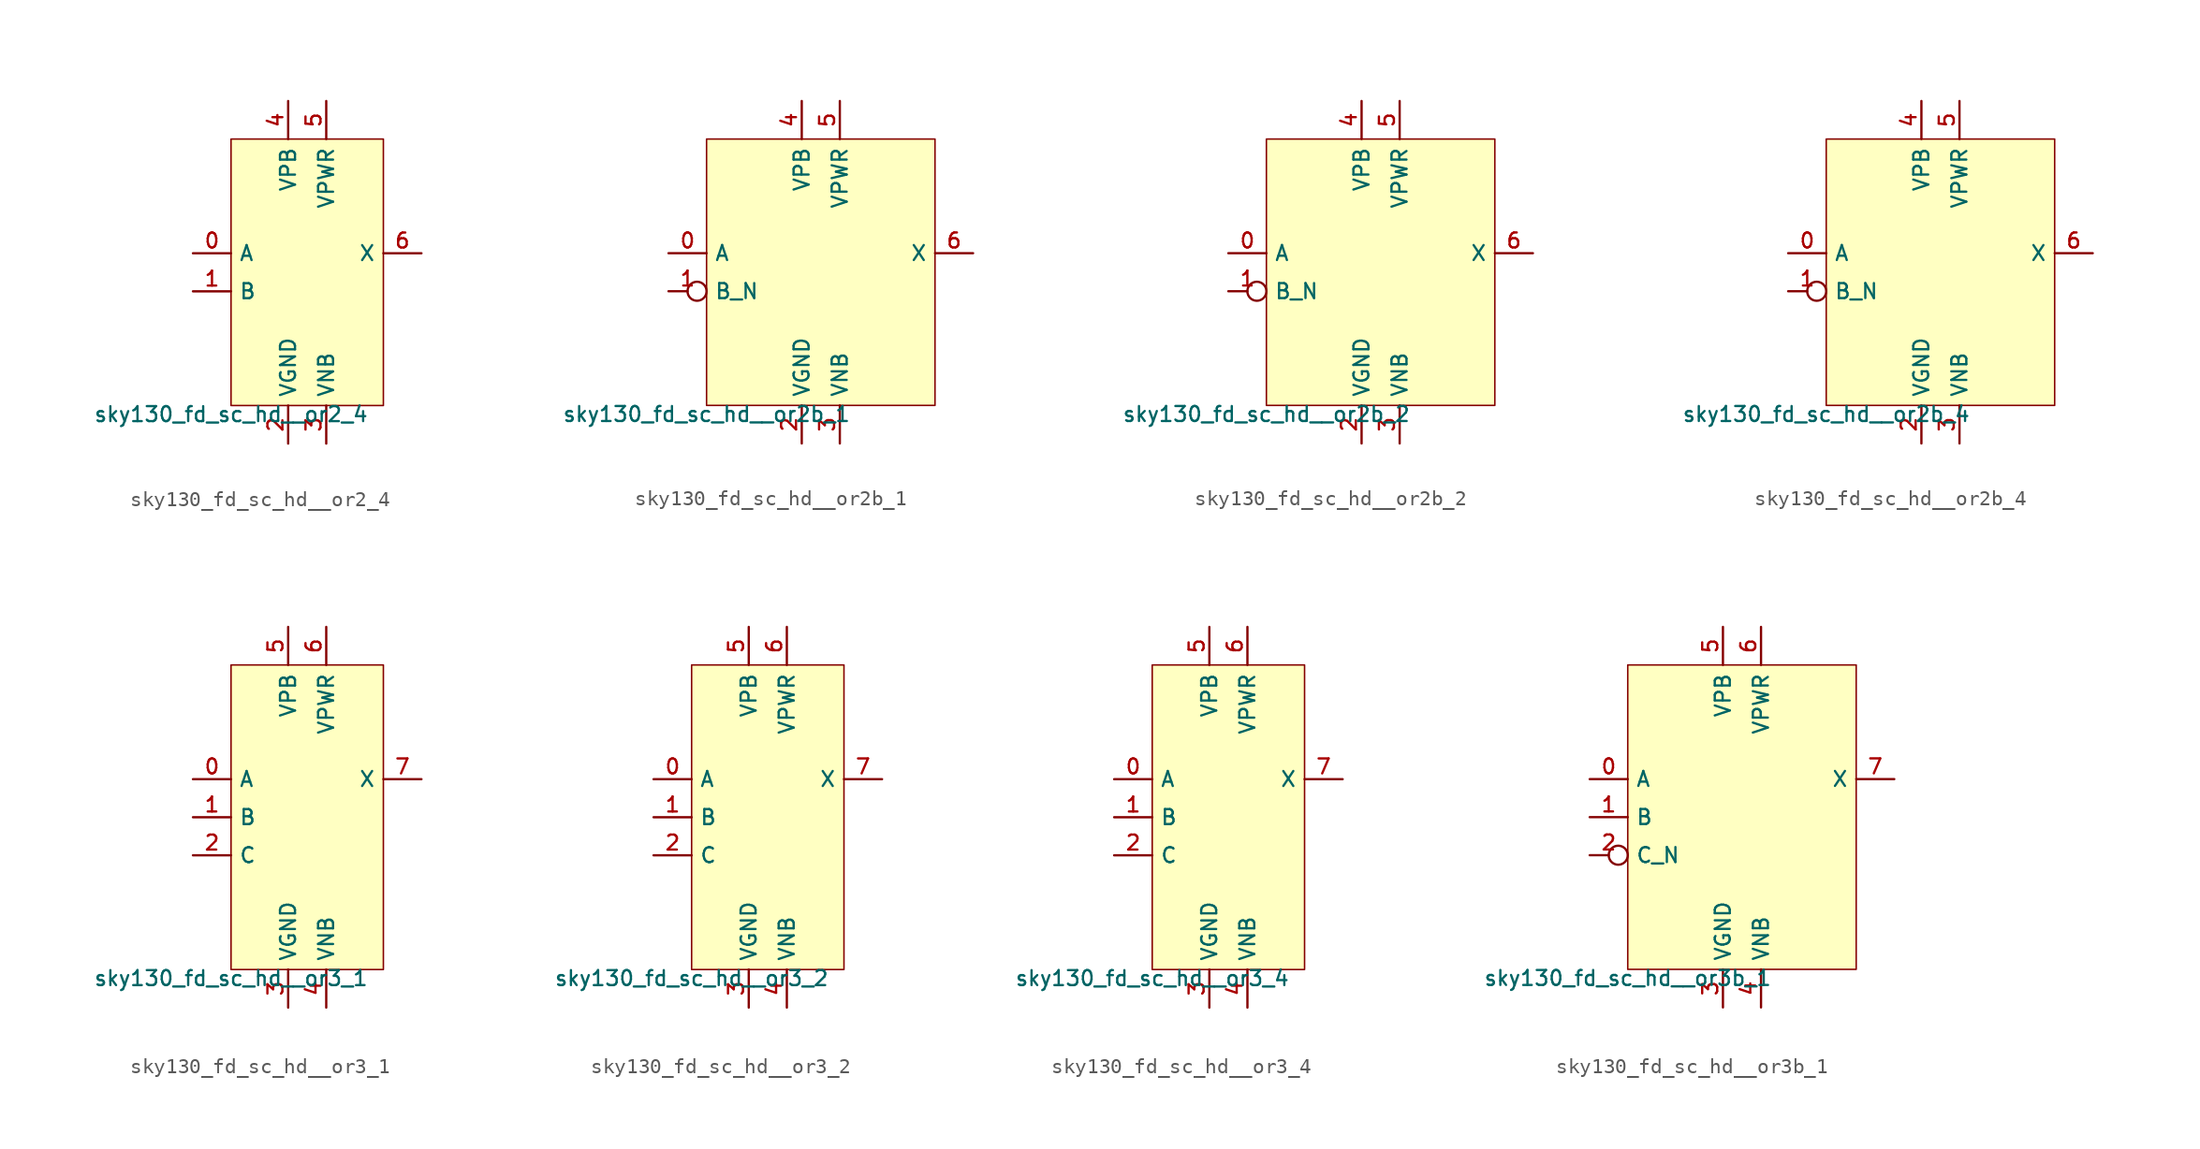
<source format=kicad_sym>
(kicad_symbol_lib
  (version 20211014)
  (generator lef2kicad_sym)
  (symbol "sky130_fd_sc_hd__or2_4"
    (property "Reference" "X"
      (at 0 0 0)
      (effects (font (size 1 1)) hide))
    (property "Value" "sky130_fd_sc_hd__or2_4"
      (at -5.08 -8.89 0)
      (effects (font (size 1 1)) (justify top)))
    (rectangle
      (start -5.08 -8.89)
      (end 5.08 8.89)
      (stroke (width 0.1) (type solid) (color 0 0 0 0))
      (fill (type background)))
    (pin input line
      (at -7.62 1.27 0)
      (length 2.54)
      (name "A" (effects (font (size 1 1)) hide))
      (number "0" (effects (font (size 1 1)) hide)))
    (pin input line
      (at -7.62 -1.27 0)
      (length 2.54)
      (name "B" (effects (font (size 1 1)) hide))
      (number "1" (effects (font (size 1 1)) hide)))
    (pin power_in line
      (at -1.27 -11.43 90)
      (length 2.54)
      (name "VGND" (effects (font (size 1 1)) hide))
      (number "2" (effects (font (size 1 1)) hide)))
    (pin power_in line
      (at 1.27 -11.43 90)
      (length 2.54)
      (name "VNB" (effects (font (size 1 1)) hide))
      (number "3" (effects (font (size 1 1)) hide)))
    (pin power_in line
      (at -1.27 11.43 270)
      (length 2.54)
      (name "VPB" (effects (font (size 1 1)) hide))
      (number "4" (effects (font (size 1 1)) hide)))
    (pin power_in line
      (at 1.27 11.43 270)
      (length 2.54)
      (name "VPWR" (effects (font (size 1 1)) hide))
      (number "5" (effects (font (size 1 1)) hide)))
    (pin output line
      (at 7.62 1.27 180)
      (length 2.54)
      (name "X" (effects (font (size 1 1)) hide))
      (number "6" (effects (font (size 1 1)) hide))))
  (symbol "sky130_fd_sc_hd__or2b_1"
    (property "Reference" "X"
      (at 0 0 0)
      (effects (font (size 1 1)) hide))
    (property "Value" "sky130_fd_sc_hd__or2b_1"
      (at -7.62 -8.89 0)
      (effects (font (size 1 1)) (justify top)))
    (rectangle
      (start -7.62 -8.89)
      (end 7.62 8.89)
      (stroke (width 0.1) (type solid) (color 0 0 0 0))
      (fill (type background)))
    (pin input line
      (at -10.16 1.27 0)
      (length 2.54)
      (name "A" (effects (font (size 1 1)) hide))
      (number "0" (effects (font (size 1 1)) hide)))
    (pin input inverted
      (at -10.16 -1.27 0)
      (length 2.54)
      (name "B_N" (effects (font (size 1 1)) hide))
      (number "1" (effects (font (size 1 1)) hide)))
    (pin power_in line
      (at -1.27 -11.43 90)
      (length 2.54)
      (name "VGND" (effects (font (size 1 1)) hide))
      (number "2" (effects (font (size 1 1)) hide)))
    (pin power_in line
      (at 1.27 -11.43 90)
      (length 2.54)
      (name "VNB" (effects (font (size 1 1)) hide))
      (number "3" (effects (font (size 1 1)) hide)))
    (pin power_in line
      (at -1.27 11.43 270)
      (length 2.54)
      (name "VPB" (effects (font (size 1 1)) hide))
      (number "4" (effects (font (size 1 1)) hide)))
    (pin power_in line
      (at 1.27 11.43 270)
      (length 2.54)
      (name "VPWR" (effects (font (size 1 1)) hide))
      (number "5" (effects (font (size 1 1)) hide)))
    (pin output line
      (at 10.16 1.27 180)
      (length 2.54)
      (name "X" (effects (font (size 1 1)) hide))
      (number "6" (effects (font (size 1 1)) hide))))
  (symbol "sky130_fd_sc_hd__or2b_2"
    (property "Reference" "X"
      (at 0 0 0)
      (effects (font (size 1 1)) hide))
    (property "Value" "sky130_fd_sc_hd__or2b_2"
      (at -7.62 -8.89 0)
      (effects (font (size 1 1)) (justify top)))
    (rectangle
      (start -7.62 -8.89)
      (end 7.62 8.89)
      (stroke (width 0.1) (type solid) (color 0 0 0 0))
      (fill (type background)))
    (pin input line
      (at -10.16 1.27 0)
      (length 2.54)
      (name "A" (effects (font (size 1 1)) hide))
      (number "0" (effects (font (size 1 1)) hide)))
    (pin input inverted
      (at -10.16 -1.27 0)
      (length 2.54)
      (name "B_N" (effects (font (size 1 1)) hide))
      (number "1" (effects (font (size 1 1)) hide)))
    (pin power_in line
      (at -1.27 -11.43 90)
      (length 2.54)
      (name "VGND" (effects (font (size 1 1)) hide))
      (number "2" (effects (font (size 1 1)) hide)))
    (pin power_in line
      (at 1.27 -11.43 90)
      (length 2.54)
      (name "VNB" (effects (font (size 1 1)) hide))
      (number "3" (effects (font (size 1 1)) hide)))
    (pin power_in line
      (at -1.27 11.43 270)
      (length 2.54)
      (name "VPB" (effects (font (size 1 1)) hide))
      (number "4" (effects (font (size 1 1)) hide)))
    (pin power_in line
      (at 1.27 11.43 270)
      (length 2.54)
      (name "VPWR" (effects (font (size 1 1)) hide))
      (number "5" (effects (font (size 1 1)) hide)))
    (pin output line
      (at 10.16 1.27 180)
      (length 2.54)
      (name "X" (effects (font (size 1 1)) hide))
      (number "6" (effects (font (size 1 1)) hide))))
  (symbol "sky130_fd_sc_hd__or2b_4"
    (property "Reference" "X"
      (at 0 0 0)
      (effects (font (size 1 1)) hide))
    (property "Value" "sky130_fd_sc_hd__or2b_4"
      (at -7.62 -8.89 0)
      (effects (font (size 1 1)) (justify top)))
    (rectangle
      (start -7.62 -8.89)
      (end 7.62 8.89)
      (stroke (width 0.1) (type solid) (color 0 0 0 0))
      (fill (type background)))
    (pin input line
      (at -10.16 1.27 0)
      (length 2.54)
      (name "A" (effects (font (size 1 1)) hide))
      (number "0" (effects (font (size 1 1)) hide)))
    (pin input inverted
      (at -10.16 -1.27 0)
      (length 2.54)
      (name "B_N" (effects (font (size 1 1)) hide))
      (number "1" (effects (font (size 1 1)) hide)))
    (pin power_in line
      (at -1.27 -11.43 90)
      (length 2.54)
      (name "VGND" (effects (font (size 1 1)) hide))
      (number "2" (effects (font (size 1 1)) hide)))
    (pin power_in line
      (at 1.27 -11.43 90)
      (length 2.54)
      (name "VNB" (effects (font (size 1 1)) hide))
      (number "3" (effects (font (size 1 1)) hide)))
    (pin power_in line
      (at -1.27 11.43 270)
      (length 2.54)
      (name "VPB" (effects (font (size 1 1)) hide))
      (number "4" (effects (font (size 1 1)) hide)))
    (pin power_in line
      (at 1.27 11.43 270)
      (length 2.54)
      (name "VPWR" (effects (font (size 1 1)) hide))
      (number "5" (effects (font (size 1 1)) hide)))
    (pin output line
      (at 10.16 1.27 180)
      (length 2.54)
      (name "X" (effects (font (size 1 1)) hide))
      (number "6" (effects (font (size 1 1)) hide))))
  (symbol "sky130_fd_sc_hd__or3_1"
    (property "Reference" "X"
      (at 0 0 0)
      (effects (font (size 1 1)) hide))
    (property "Value" "sky130_fd_sc_hd__or3_1"
      (at -5.08 -10.16 0)
      (effects (font (size 1 1)) (justify top)))
    (rectangle
      (start -5.08 -10.16)
      (end 5.08 10.16)
      (stroke (width 0.1) (type solid) (color 0 0 0 0))
      (fill (type background)))
    (pin input line
      (at -7.62 2.54 0)
      (length 2.54)
      (name "A" (effects (font (size 1 1)) hide))
      (number "0" (effects (font (size 1 1)) hide)))
    (pin input line
      (at -7.62 0.0 0)
      (length 2.54)
      (name "B" (effects (font (size 1 1)) hide))
      (number "1" (effects (font (size 1 1)) hide)))
    (pin input line
      (at -7.62 -2.54 0)
      (length 2.54)
      (name "C" (effects (font (size 1 1)) hide))
      (number "2" (effects (font (size 1 1)) hide)))
    (pin power_in line
      (at -1.27 -12.7 90)
      (length 2.54)
      (name "VGND" (effects (font (size 1 1)) hide))
      (number "3" (effects (font (size 1 1)) hide)))
    (pin power_in line
      (at 1.27 -12.7 90)
      (length 2.54)
      (name "VNB" (effects (font (size 1 1)) hide))
      (number "4" (effects (font (size 1 1)) hide)))
    (pin power_in line
      (at -1.27 12.7 270)
      (length 2.54)
      (name "VPB" (effects (font (size 1 1)) hide))
      (number "5" (effects (font (size 1 1)) hide)))
    (pin power_in line
      (at 1.27 12.7 270)
      (length 2.54)
      (name "VPWR" (effects (font (size 1 1)) hide))
      (number "6" (effects (font (size 1 1)) hide)))
    (pin output line
      (at 7.62 2.54 180)
      (length 2.54)
      (name "X" (effects (font (size 1 1)) hide))
      (number "7" (effects (font (size 1 1)) hide))))
  (symbol "sky130_fd_sc_hd__or3_2"
    (property "Reference" "X"
      (at 0 0 0)
      (effects (font (size 1 1)) hide))
    (property "Value" "sky130_fd_sc_hd__or3_2"
      (at -5.08 -10.16 0)
      (effects (font (size 1 1)) (justify top)))
    (rectangle
      (start -5.08 -10.16)
      (end 5.08 10.16)
      (stroke (width 0.1) (type solid) (color 0 0 0 0))
      (fill (type background)))
    (pin input line
      (at -7.62 2.54 0)
      (length 2.54)
      (name "A" (effects (font (size 1 1)) hide))
      (number "0" (effects (font (size 1 1)) hide)))
    (pin input line
      (at -7.62 0.0 0)
      (length 2.54)
      (name "B" (effects (font (size 1 1)) hide))
      (number "1" (effects (font (size 1 1)) hide)))
    (pin input line
      (at -7.62 -2.54 0)
      (length 2.54)
      (name "C" (effects (font (size 1 1)) hide))
      (number "2" (effects (font (size 1 1)) hide)))
    (pin power_in line
      (at -1.27 -12.7 90)
      (length 2.54)
      (name "VGND" (effects (font (size 1 1)) hide))
      (number "3" (effects (font (size 1 1)) hide)))
    (pin power_in line
      (at 1.27 -12.7 90)
      (length 2.54)
      (name "VNB" (effects (font (size 1 1)) hide))
      (number "4" (effects (font (size 1 1)) hide)))
    (pin power_in line
      (at -1.27 12.7 270)
      (length 2.54)
      (name "VPB" (effects (font (size 1 1)) hide))
      (number "5" (effects (font (size 1 1)) hide)))
    (pin power_in line
      (at 1.27 12.7 270)
      (length 2.54)
      (name "VPWR" (effects (font (size 1 1)) hide))
      (number "6" (effects (font (size 1 1)) hide)))
    (pin output line
      (at 7.62 2.54 180)
      (length 2.54)
      (name "X" (effects (font (size 1 1)) hide))
      (number "7" (effects (font (size 1 1)) hide))))
  (symbol "sky130_fd_sc_hd__or3_4"
    (property "Reference" "X"
      (at 0 0 0)
      (effects (font (size 1 1)) hide))
    (property "Value" "sky130_fd_sc_hd__or3_4"
      (at -5.08 -10.16 0)
      (effects (font (size 1 1)) (justify top)))
    (rectangle
      (start -5.08 -10.16)
      (end 5.08 10.16)
      (stroke (width 0.1) (type solid) (color 0 0 0 0))
      (fill (type background)))
    (pin input line
      (at -7.62 2.54 0)
      (length 2.54)
      (name "A" (effects (font (size 1 1)) hide))
      (number "0" (effects (font (size 1 1)) hide)))
    (pin input line
      (at -7.62 0.0 0)
      (length 2.54)
      (name "B" (effects (font (size 1 1)) hide))
      (number "1" (effects (font (size 1 1)) hide)))
    (pin input line
      (at -7.62 -2.54 0)
      (length 2.54)
      (name "C" (effects (font (size 1 1)) hide))
      (number "2" (effects (font (size 1 1)) hide)))
    (pin power_in line
      (at -1.27 -12.7 90)
      (length 2.54)
      (name "VGND" (effects (font (size 1 1)) hide))
      (number "3" (effects (font (size 1 1)) hide)))
    (pin power_in line
      (at 1.27 -12.7 90)
      (length 2.54)
      (name "VNB" (effects (font (size 1 1)) hide))
      (number "4" (effects (font (size 1 1)) hide)))
    (pin power_in line
      (at -1.27 12.7 270)
      (length 2.54)
      (name "VPB" (effects (font (size 1 1)) hide))
      (number "5" (effects (font (size 1 1)) hide)))
    (pin power_in line
      (at 1.27 12.7 270)
      (length 2.54)
      (name "VPWR" (effects (font (size 1 1)) hide))
      (number "6" (effects (font (size 1 1)) hide)))
    (pin output line
      (at 7.62 2.54 180)
      (length 2.54)
      (name "X" (effects (font (size 1 1)) hide))
      (number "7" (effects (font (size 1 1)) hide))))
  (symbol "sky130_fd_sc_hd__or3b_1"
    (property "Reference" "X"
      (at 0 0 0)
      (effects (font (size 1 1)) hide))
    (property "Value" "sky130_fd_sc_hd__or3b_1"
      (at -7.62 -10.16 0)
      (effects (font (size 1 1)) (justify top)))
    (rectangle
      (start -7.62 -10.16)
      (end 7.62 10.16)
      (stroke (width 0.1) (type solid) (color 0 0 0 0))
      (fill (type background)))
    (pin input line
      (at -10.16 2.54 0)
      (length 2.54)
      (name "A" (effects (font (size 1 1)) hide))
      (number "0" (effects (font (size 1 1)) hide)))
    (pin input line
      (at -10.16 0.0 0)
      (length 2.54)
      (name "B" (effects (font (size 1 1)) hide))
      (number "1" (effects (font (size 1 1)) hide)))
    (pin input inverted
      (at -10.16 -2.54 0)
      (length 2.54)
      (name "C_N" (effects (font (size 1 1)) hide))
      (number "2" (effects (font (size 1 1)) hide)))
    (pin power_in line
      (at -1.27 -12.7 90)
      (length 2.54)
      (name "VGND" (effects (font (size 1 1)) hide))
      (number "3" (effects (font (size 1 1)) hide)))
    (pin power_in line
      (at 1.27 -12.7 90)
      (length 2.54)
      (name "VNB" (effects (font (size 1 1)) hide))
      (number "4" (effects (font (size 1 1)) hide)))
    (pin power_in line
      (at -1.27 12.7 270)
      (length 2.54)
      (name "VPB" (effects (font (size 1 1)) hide))
      (number "5" (effects (font (size 1 1)) hide)))
    (pin power_in line
      (at 1.27 12.7 270)
      (length 2.54)
      (name "VPWR" (effects (font (size 1 1)) hide))
      (number "6" (effects (font (size 1 1)) hide)))
    (pin output line
      (at 10.16 2.54 180)
      (length 2.54)
      (name "X" (effects (font (size 1 1)) hide))
      (number "7" (effects (font (size 1 1)) hide)))))
</source>
